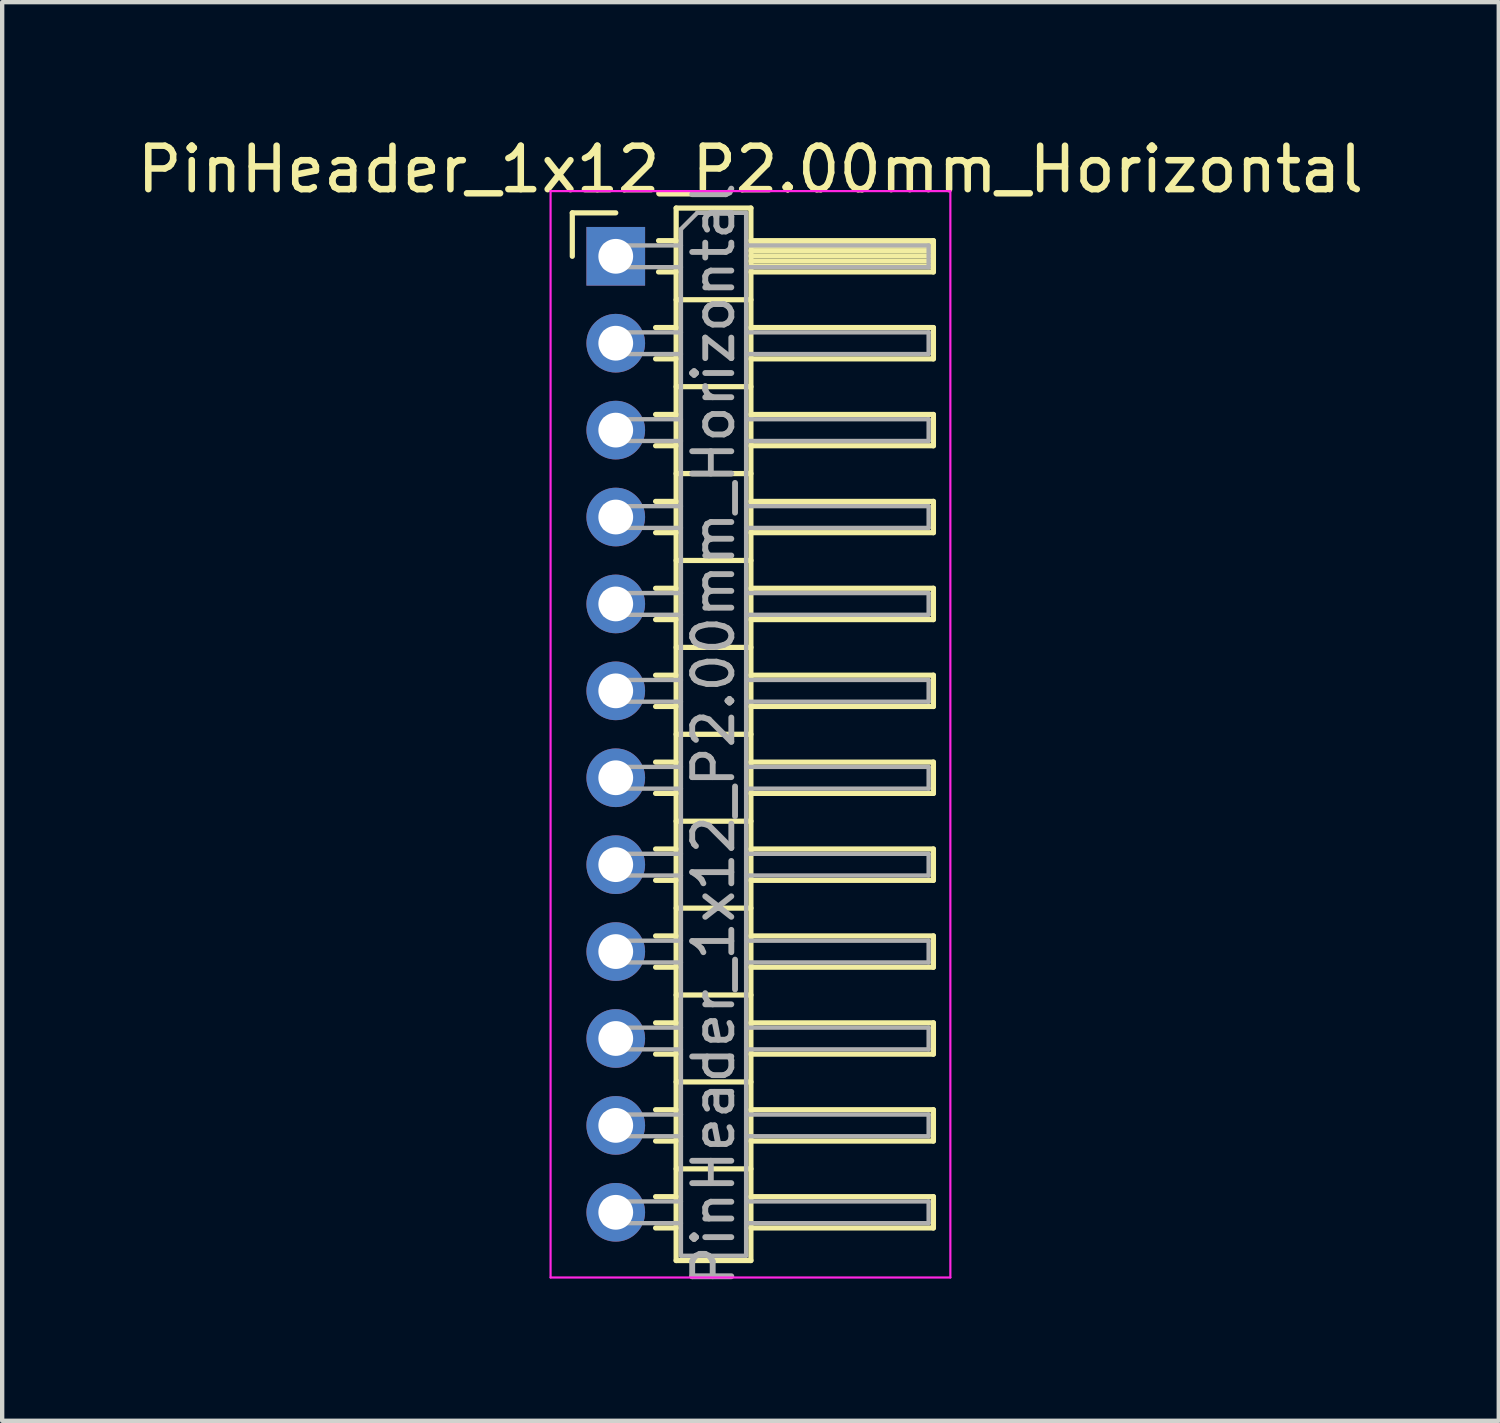
<source format=kicad_pcb>
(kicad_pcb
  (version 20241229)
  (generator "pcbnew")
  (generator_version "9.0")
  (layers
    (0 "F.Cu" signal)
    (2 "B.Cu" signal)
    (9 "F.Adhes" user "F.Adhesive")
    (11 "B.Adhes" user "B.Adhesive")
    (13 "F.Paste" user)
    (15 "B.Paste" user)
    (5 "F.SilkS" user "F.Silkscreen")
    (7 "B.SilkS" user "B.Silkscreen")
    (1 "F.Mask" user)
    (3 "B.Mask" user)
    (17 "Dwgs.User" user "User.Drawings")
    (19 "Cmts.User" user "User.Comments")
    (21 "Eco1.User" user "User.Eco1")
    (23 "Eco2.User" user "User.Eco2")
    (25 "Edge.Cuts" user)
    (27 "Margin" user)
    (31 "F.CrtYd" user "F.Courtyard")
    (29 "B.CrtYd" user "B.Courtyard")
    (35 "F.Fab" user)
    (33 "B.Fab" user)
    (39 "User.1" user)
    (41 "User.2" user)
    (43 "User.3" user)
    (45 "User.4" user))
  (footprint "PinHeader_1x12_P2.00mm_Horizontal"
    (layer "F.Cu")
    (at 11.12 2.848)
    (property "Reference" "PinHeader_1x12_P2.00mm_Horizontal" (at 3.1 -2 0) (layer "F.SilkS") (effects (font (size 1 1) (thickness 0.15))))
    (attr through_hole)
    (fp_line (start -1 -1) (end 0 -1) (stroke (width 0.12) (type solid)) (layer "F.SilkS"))
    (fp_line (start -1 0) (end -1 -1) (stroke (width 0.12) (type solid)) (layer "F.SilkS"))
    (fp_line (start 0.917 1.64) (end 1.39 1.64) (stroke (width 0.12) (type solid)) (layer "F.SilkS"))
    (fp_line (start 0.917 2.36) (end 1.39 2.36) (stroke (width 0.12) (type solid)) (layer "F.SilkS"))
    (fp_line (start 0.917 3.64) (end 1.39 3.64) (stroke (width 0.12) (type solid)) (layer "F.SilkS"))
    (fp_line (start 0.917 4.36) (end 1.39 4.36) (stroke (width 0.12) (type solid)) (layer "F.SilkS"))
    (fp_line (start 0.917 5.64) (end 1.39 5.64) (stroke (width 0.12) (type solid)) (layer "F.SilkS"))
    (fp_line (start 0.917 6.36) (end 1.39 6.36) (stroke (width 0.12) (type solid)) (layer "F.SilkS"))
    (fp_line (start 0.917 7.64) (end 1.39 7.64) (stroke (width 0.12) (type solid)) (layer "F.SilkS"))
    (fp_line (start 0.917 8.36) (end 1.39 8.36) (stroke (width 0.12) (type solid)) (layer "F.SilkS"))
    (fp_line (start 0.917 9.64) (end 1.39 9.64) (stroke (width 0.12) (type solid)) (layer "F.SilkS"))
    (fp_line (start 0.917 10.36) (end 1.39 10.36) (stroke (width 0.12) (type solid)) (layer "F.SilkS"))
    (fp_line (start 0.917 11.64) (end 1.39 11.64) (stroke (width 0.12) (type solid)) (layer "F.SilkS"))
    (fp_line (start 0.917 12.36) (end 1.39 12.36) (stroke (width 0.12) (type solid)) (layer "F.SilkS"))
    (fp_line (start 0.917 13.64) (end 1.39 13.64) (stroke (width 0.12) (type solid)) (layer "F.SilkS"))
    (fp_line (start 0.917 14.36) (end 1.39 14.36) (stroke (width 0.12) (type solid)) (layer "F.SilkS"))
    (fp_line (start 0.917 15.64) (end 1.39 15.64) (stroke (width 0.12) (type solid)) (layer "F.SilkS"))
    (fp_line (start 0.917 16.36) (end 1.39 16.36) (stroke (width 0.12) (type solid)) (layer "F.SilkS"))
    (fp_line (start 0.917 17.64) (end 1.39 17.64) (stroke (width 0.12) (type solid)) (layer "F.SilkS"))
    (fp_line (start 0.917 18.36) (end 1.39 18.36) (stroke (width 0.12) (type solid)) (layer "F.SilkS"))
    (fp_line (start 0.917 19.64) (end 1.39 19.64) (stroke (width 0.12) (type solid)) (layer "F.SilkS"))
    (fp_line (start 0.917 20.36) (end 1.39 20.36) (stroke (width 0.12) (type solid)) (layer "F.SilkS"))
    (fp_line (start 0.917 21.64) (end 1.39 21.64) (stroke (width 0.12) (type solid)) (layer "F.SilkS"))
    (fp_line (start 0.917 22.36) (end 1.39 22.36) (stroke (width 0.12) (type solid)) (layer "F.SilkS"))
    (fp_line (start 0.985 -0.36) (end 1.39 -0.36) (stroke (width 0.12) (type solid)) (layer "F.SilkS"))
    (fp_line (start 0.985 0.36) (end 1.39 0.36) (stroke (width 0.12) (type solid)) (layer "F.SilkS"))
    (fp_line (start 1.39 -1.11) (end 1.39 23.11) (stroke (width 0.12) (type solid)) (layer "F.SilkS"))
    (fp_line (start 1.39 1) (end 3.11 1) (stroke (width 0.12) (type solid)) (layer "F.SilkS"))
    (fp_line (start 1.39 3) (end 3.11 3) (stroke (width 0.12) (type solid)) (layer "F.SilkS"))
    (fp_line (start 1.39 5) (end 3.11 5) (stroke (width 0.12) (type solid)) (layer "F.SilkS"))
    (fp_line (start 1.39 7) (end 3.11 7) (stroke (width 0.12) (type solid)) (layer "F.SilkS"))
    (fp_line (start 1.39 9) (end 3.11 9) (stroke (width 0.12) (type solid)) (layer "F.SilkS"))
    (fp_line (start 1.39 11) (end 3.11 11) (stroke (width 0.12) (type solid)) (layer "F.SilkS"))
    (fp_line (start 1.39 13) (end 3.11 13) (stroke (width 0.12) (type solid)) (layer "F.SilkS"))
    (fp_line (start 1.39 15) (end 3.11 15) (stroke (width 0.12) (type solid)) (layer "F.SilkS"))
    (fp_line (start 1.39 17) (end 3.11 17) (stroke (width 0.12) (type solid)) (layer "F.SilkS"))
    (fp_line (start 1.39 19) (end 3.11 19) (stroke (width 0.12) (type solid)) (layer "F.SilkS"))
    (fp_line (start 1.39 21) (end 3.11 21) (stroke (width 0.12) (type solid)) (layer "F.SilkS"))
    (fp_line (start 1.39 23.11) (end 3.11 23.11) (stroke (width 0.12) (type solid)) (layer "F.SilkS"))
    (fp_line (start 3.11 -1.11) (end 1.39 -1.11) (stroke (width 0.12) (type solid)) (layer "F.SilkS"))
    (fp_line (start 3.11 -0.36) (end 7.31 -0.36) (stroke (width 0.12) (type solid)) (layer "F.SilkS"))
    (fp_line (start 3.11 -0.25) (end 7.31 -0.25) (stroke (width 0.12) (type solid)) (layer "F.SilkS"))
    (fp_line (start 3.11 -0.13) (end 7.31 -0.13) (stroke (width 0.12) (type solid)) (layer "F.SilkS"))
    (fp_line (start 3.11 -0.01) (end 7.31 -0.01) (stroke (width 0.12) (type solid)) (layer "F.SilkS"))
    (fp_line (start 3.11 0.11) (end 7.31 0.11) (stroke (width 0.12) (type solid)) (layer "F.SilkS"))
    (fp_line (start 3.11 0.23) (end 7.31 0.23) (stroke (width 0.12) (type solid)) (layer "F.SilkS"))
    (fp_line (start 3.11 1.64) (end 7.31 1.64) (stroke (width 0.12) (type solid)) (layer "F.SilkS"))
    (fp_line (start 3.11 3.64) (end 7.31 3.64) (stroke (width 0.12) (type solid)) (layer "F.SilkS"))
    (fp_line (start 3.11 5.64) (end 7.31 5.64) (stroke (width 0.12) (type solid)) (layer "F.SilkS"))
    (fp_line (start 3.11 7.64) (end 7.31 7.64) (stroke (width 0.12) (type solid)) (layer "F.SilkS"))
    (fp_line (start 3.11 9.64) (end 7.31 9.64) (stroke (width 0.12) (type solid)) (layer "F.SilkS"))
    (fp_line (start 3.11 11.64) (end 7.31 11.64) (stroke (width 0.12) (type solid)) (layer "F.SilkS"))
    (fp_line (start 3.11 13.64) (end 7.31 13.64) (stroke (width 0.12) (type solid)) (layer "F.SilkS"))
    (fp_line (start 3.11 15.64) (end 7.31 15.64) (stroke (width 0.12) (type solid)) (layer "F.SilkS"))
    (fp_line (start 3.11 17.64) (end 7.31 17.64) (stroke (width 0.12) (type solid)) (layer "F.SilkS"))
    (fp_line (start 3.11 19.64) (end 7.31 19.64) (stroke (width 0.12) (type solid)) (layer "F.SilkS"))
    (fp_line (start 3.11 21.64) (end 7.31 21.64) (stroke (width 0.12) (type solid)) (layer "F.SilkS"))
    (fp_line (start 3.11 23.11) (end 3.11 -1.11) (stroke (width 0.12) (type solid)) (layer "F.SilkS"))
    (fp_line (start 7.31 -0.36) (end 7.31 0.36) (stroke (width 0.12) (type solid)) (layer "F.SilkS"))
    (fp_line (start 7.31 0.36) (end 3.11 0.36) (stroke (width 0.12) (type solid)) (layer "F.SilkS"))
    (fp_line (start 7.31 1.64) (end 7.31 2.36) (stroke (width 0.12) (type solid)) (layer "F.SilkS"))
    (fp_line (start 7.31 2.36) (end 3.11 2.36) (stroke (width 0.12) (type solid)) (layer "F.SilkS"))
    (fp_line (start 7.31 3.64) (end 7.31 4.36) (stroke (width 0.12) (type solid)) (layer "F.SilkS"))
    (fp_line (start 7.31 4.36) (end 3.11 4.36) (stroke (width 0.12) (type solid)) (layer "F.SilkS"))
    (fp_line (start 7.31 5.64) (end 7.31 6.36) (stroke (width 0.12) (type solid)) (layer "F.SilkS"))
    (fp_line (start 7.31 6.36) (end 3.11 6.36) (stroke (width 0.12) (type solid)) (layer "F.SilkS"))
    (fp_line (start 7.31 7.64) (end 7.31 8.36) (stroke (width 0.12) (type solid)) (layer "F.SilkS"))
    (fp_line (start 7.31 8.36) (end 3.11 8.36) (stroke (width 0.12) (type solid)) (layer "F.SilkS"))
    (fp_line (start 7.31 9.64) (end 7.31 10.36) (stroke (width 0.12) (type solid)) (layer "F.SilkS"))
    (fp_line (start 7.31 10.36) (end 3.11 10.36) (stroke (width 0.12) (type solid)) (layer "F.SilkS"))
    (fp_line (start 7.31 11.64) (end 7.31 12.36) (stroke (width 0.12) (type solid)) (layer "F.SilkS"))
    (fp_line (start 7.31 12.36) (end 3.11 12.36) (stroke (width 0.12) (type solid)) (layer "F.SilkS"))
    (fp_line (start 7.31 13.64) (end 7.31 14.36) (stroke (width 0.12) (type solid)) (layer "F.SilkS"))
    (fp_line (start 7.31 14.36) (end 3.11 14.36) (stroke (width 0.12) (type solid)) (layer "F.SilkS"))
    (fp_line (start 7.31 15.64) (end 7.31 16.36) (stroke (width 0.12) (type solid)) (layer "F.SilkS"))
    (fp_line (start 7.31 16.36) (end 3.11 16.36) (stroke (width 0.12) (type solid)) (layer "F.SilkS"))
    (fp_line (start 7.31 17.64) (end 7.31 18.36) (stroke (width 0.12) (type solid)) (layer "F.SilkS"))
    (fp_line (start 7.31 18.36) (end 3.11 18.36) (stroke (width 0.12) (type solid)) (layer "F.SilkS"))
    (fp_line (start 7.31 19.64) (end 7.31 20.36) (stroke (width 0.12) (type solid)) (layer "F.SilkS"))
    (fp_line (start 7.31 20.36) (end 3.11 20.36) (stroke (width 0.12) (type solid)) (layer "F.SilkS"))
    (fp_line (start 7.31 21.64) (end 7.31 22.36) (stroke (width 0.12) (type solid)) (layer "F.SilkS"))
    (fp_line (start 7.31 22.36) (end 3.11 22.36) (stroke (width 0.12) (type solid)) (layer "F.SilkS"))
    (fp_line (start -1.5 -1.5) (end -1.5 23.5) (stroke (width 0.05) (type solid)) (layer "F.CrtYd"))
    (fp_line (start -1.5 23.5) (end 7.7 23.5) (stroke (width 0.05) (type solid)) (layer "F.CrtYd"))
    (fp_line (start 7.7 -1.5) (end -1.5 -1.5) (stroke (width 0.05) (type solid)) (layer "F.CrtYd"))
    (fp_line (start 7.7 23.5) (end 7.7 -1.5) (stroke (width 0.05) (type solid)) (layer "F.CrtYd"))
    (fp_line (start -0.25 -0.25) (end -0.25 0.25) (stroke (width 0.1) (type solid)) (layer "F.Fab"))
    (fp_line (start -0.25 -0.25) (end 1.5 -0.25) (stroke (width 0.1) (type solid)) (layer "F.Fab"))
    (fp_line (start -0.25 0.25) (end 1.5 0.25) (stroke (width 0.1) (type solid)) (layer "F.Fab"))
    (fp_line (start -0.25 1.75) (end -0.25 2.25) (stroke (width 0.1) (type solid)) (layer "F.Fab"))
    (fp_line (start -0.25 1.75) (end 1.5 1.75) (stroke (width 0.1) (type solid)) (layer "F.Fab"))
    (fp_line (start -0.25 2.25) (end 1.5 2.25) (stroke (width 0.1) (type solid)) (layer "F.Fab"))
    (fp_line (start -0.25 3.75) (end -0.25 4.25) (stroke (width 0.1) (type solid)) (layer "F.Fab"))
    (fp_line (start -0.25 3.75) (end 1.5 3.75) (stroke (width 0.1) (type solid)) (layer "F.Fab"))
    (fp_line (start -0.25 4.25) (end 1.5 4.25) (stroke (width 0.1) (type solid)) (layer "F.Fab"))
    (fp_line (start -0.25 5.75) (end -0.25 6.25) (stroke (width 0.1) (type solid)) (layer "F.Fab"))
    (fp_line (start -0.25 5.75) (end 1.5 5.75) (stroke (width 0.1) (type solid)) (layer "F.Fab"))
    (fp_line (start -0.25 6.25) (end 1.5 6.25) (stroke (width 0.1) (type solid)) (layer "F.Fab"))
    (fp_line (start -0.25 7.75) (end -0.25 8.25) (stroke (width 0.1) (type solid)) (layer "F.Fab"))
    (fp_line (start -0.25 7.75) (end 1.5 7.75) (stroke (width 0.1) (type solid)) (layer "F.Fab"))
    (fp_line (start -0.25 8.25) (end 1.5 8.25) (stroke (width 0.1) (type solid)) (layer "F.Fab"))
    (fp_line (start -0.25 9.75) (end -0.25 10.25) (stroke (width 0.1) (type solid)) (layer "F.Fab"))
    (fp_line (start -0.25 9.75) (end 1.5 9.75) (stroke (width 0.1) (type solid)) (layer "F.Fab"))
    (fp_line (start -0.25 10.25) (end 1.5 10.25) (stroke (width 0.1) (type solid)) (layer "F.Fab"))
    (fp_line (start -0.25 11.75) (end -0.25 12.25) (stroke (width 0.1) (type solid)) (layer "F.Fab"))
    (fp_line (start -0.25 11.75) (end 1.5 11.75) (stroke (width 0.1) (type solid)) (layer "F.Fab"))
    (fp_line (start -0.25 12.25) (end 1.5 12.25) (stroke (width 0.1) (type solid)) (layer "F.Fab"))
    (fp_line (start -0.25 13.75) (end -0.25 14.25) (stroke (width 0.1) (type solid)) (layer "F.Fab"))
    (fp_line (start -0.25 13.75) (end 1.5 13.75) (stroke (width 0.1) (type solid)) (layer "F.Fab"))
    (fp_line (start -0.25 14.25) (end 1.5 14.25) (stroke (width 0.1) (type solid)) (layer "F.Fab"))
    (fp_line (start -0.25 15.75) (end -0.25 16.25) (stroke (width 0.1) (type solid)) (layer "F.Fab"))
    (fp_line (start -0.25 15.75) (end 1.5 15.75) (stroke (width 0.1) (type solid)) (layer "F.Fab"))
    (fp_line (start -0.25 16.25) (end 1.5 16.25) (stroke (width 0.1) (type solid)) (layer "F.Fab"))
    (fp_line (start -0.25 17.75) (end -0.25 18.25) (stroke (width 0.1) (type solid)) (layer "F.Fab"))
    (fp_line (start -0.25 17.75) (end 1.5 17.75) (stroke (width 0.1) (type solid)) (layer "F.Fab"))
    (fp_line (start -0.25 18.25) (end 1.5 18.25) (stroke (width 0.1) (type solid)) (layer "F.Fab"))
    (fp_line (start -0.25 19.75) (end -0.25 20.25) (stroke (width 0.1) (type solid)) (layer "F.Fab"))
    (fp_line (start -0.25 19.75) (end 1.5 19.75) (stroke (width 0.1) (type solid)) (layer "F.Fab"))
    (fp_line (start -0.25 20.25) (end 1.5 20.25) (stroke (width 0.1) (type solid)) (layer "F.Fab"))
    (fp_line (start -0.25 21.75) (end -0.25 22.25) (stroke (width 0.1) (type solid)) (layer "F.Fab"))
    (fp_line (start -0.25 21.75) (end 1.5 21.75) (stroke (width 0.1) (type solid)) (layer "F.Fab"))
    (fp_line (start -0.25 22.25) (end 1.5 22.25) (stroke (width 0.1) (type solid)) (layer "F.Fab"))
    (fp_line (start 1.5 -0.625) (end 1.875 -1) (stroke (width 0.1) (type solid)) (layer "F.Fab"))
    (fp_line (start 1.5 23) (end 1.5 -0.625) (stroke (width 0.1) (type solid)) (layer "F.Fab"))
    (fp_line (start 1.875 -1) (end 3 -1) (stroke (width 0.1) (type solid)) (layer "F.Fab"))
    (fp_line (start 3 -1) (end 3 23) (stroke (width 0.1) (type solid)) (layer "F.Fab"))
    (fp_line (start 3 -0.25) (end 7.2 -0.25) (stroke (width 0.1) (type solid)) (layer "F.Fab"))
    (fp_line (start 3 0.25) (end 7.2 0.25) (stroke (width 0.1) (type solid)) (layer "F.Fab"))
    (fp_line (start 3 1.75) (end 7.2 1.75) (stroke (width 0.1) (type solid)) (layer "F.Fab"))
    (fp_line (start 3 2.25) (end 7.2 2.25) (stroke (width 0.1) (type solid)) (layer "F.Fab"))
    (fp_line (start 3 3.75) (end 7.2 3.75) (stroke (width 0.1) (type solid)) (layer "F.Fab"))
    (fp_line (start 3 4.25) (end 7.2 4.25) (stroke (width 0.1) (type solid)) (layer "F.Fab"))
    (fp_line (start 3 5.75) (end 7.2 5.75) (stroke (width 0.1) (type solid)) (layer "F.Fab"))
    (fp_line (start 3 6.25) (end 7.2 6.25) (stroke (width 0.1) (type solid)) (layer "F.Fab"))
    (fp_line (start 3 7.75) (end 7.2 7.75) (stroke (width 0.1) (type solid)) (layer "F.Fab"))
    (fp_line (start 3 8.25) (end 7.2 8.25) (stroke (width 0.1) (type solid)) (layer "F.Fab"))
    (fp_line (start 3 9.75) (end 7.2 9.75) (stroke (width 0.1) (type solid)) (layer "F.Fab"))
    (fp_line (start 3 10.25) (end 7.2 10.25) (stroke (width 0.1) (type solid)) (layer "F.Fab"))
    (fp_line (start 3 11.75) (end 7.2 11.75) (stroke (width 0.1) (type solid)) (layer "F.Fab"))
    (fp_line (start 3 12.25) (end 7.2 12.25) (stroke (width 0.1) (type solid)) (layer "F.Fab"))
    (fp_line (start 3 13.75) (end 7.2 13.75) (stroke (width 0.1) (type solid)) (layer "F.Fab"))
    (fp_line (start 3 14.25) (end 7.2 14.25) (stroke (width 0.1) (type solid)) (layer "F.Fab"))
    (fp_line (start 3 15.75) (end 7.2 15.75) (stroke (width 0.1) (type solid)) (layer "F.Fab"))
    (fp_line (start 3 16.25) (end 7.2 16.25) (stroke (width 0.1) (type solid)) (layer "F.Fab"))
    (fp_line (start 3 17.75) (end 7.2 17.75) (stroke (width 0.1) (type solid)) (layer "F.Fab"))
    (fp_line (start 3 18.25) (end 7.2 18.25) (stroke (width 0.1) (type solid)) (layer "F.Fab"))
    (fp_line (start 3 19.75) (end 7.2 19.75) (stroke (width 0.1) (type solid)) (layer "F.Fab"))
    (fp_line (start 3 20.25) (end 7.2 20.25) (stroke (width 0.1) (type solid)) (layer "F.Fab"))
    (fp_line (start 3 21.75) (end 7.2 21.75) (stroke (width 0.1) (type solid)) (layer "F.Fab"))
    (fp_line (start 3 22.25) (end 7.2 22.25) (stroke (width 0.1) (type solid)) (layer "F.Fab"))
    (fp_line (start 3 23) (end 1.5 23) (stroke (width 0.1) (type solid)) (layer "F.Fab"))
    (fp_line (start 7.2 -0.25) (end 7.2 0.25) (stroke (width 0.1) (type solid)) (layer "F.Fab"))
    (fp_line (start 7.2 1.75) (end 7.2 2.25) (stroke (width 0.1) (type solid)) (layer "F.Fab"))
    (fp_line (start 7.2 3.75) (end 7.2 4.25) (stroke (width 0.1) (type solid)) (layer "F.Fab"))
    (fp_line (start 7.2 5.75) (end 7.2 6.25) (stroke (width 0.1) (type solid)) (layer "F.Fab"))
    (fp_line (start 7.2 7.75) (end 7.2 8.25) (stroke (width 0.1) (type solid)) (layer "F.Fab"))
    (fp_line (start 7.2 9.75) (end 7.2 10.25) (stroke (width 0.1) (type solid)) (layer "F.Fab"))
    (fp_line (start 7.2 11.75) (end 7.2 12.25) (stroke (width 0.1) (type solid)) (layer "F.Fab"))
    (fp_line (start 7.2 13.75) (end 7.2 14.25) (stroke (width 0.1) (type solid)) (layer "F.Fab"))
    (fp_line (start 7.2 15.75) (end 7.2 16.25) (stroke (width 0.1) (type solid)) (layer "F.Fab"))
    (fp_line (start 7.2 17.75) (end 7.2 18.25) (stroke (width 0.1) (type solid)) (layer "F.Fab"))
    (fp_line (start 7.2 19.75) (end 7.2 20.25) (stroke (width 0.1) (type solid)) (layer "F.Fab"))
    (fp_line (start 7.2 21.75) (end 7.2 22.25) (stroke (width 0.1) (type solid)) (layer "F.Fab"))
    (fp_text user "${REFERENCE}" (at 2.25 11 90) (layer "F.Fab") (effects (font (size 0.9 0.9) (thickness 0.135))))
    (pad "1" thru_hole rect (at 0 0) (size 1.35 1.35) (drill 0.8) (layers "*.Cu" "*.Mask"))
    (pad "2" thru_hole circle (at 0 2) (size 1.35 1.35) (drill 0.8) (layers "*.Cu" "*.Mask"))
    (pad "3" thru_hole circle (at 0 4) (size 1.35 1.35) (drill 0.8) (layers "*.Cu" "*.Mask"))
    (pad "4" thru_hole circle (at 0 6) (size 1.35 1.35) (drill 0.8) (layers "*.Cu" "*.Mask"))
    (pad "5" thru_hole circle (at 0 8) (size 1.35 1.35) (drill 0.8) (layers "*.Cu" "*.Mask"))
    (pad "6" thru_hole circle (at 0 10) (size 1.35 1.35) (drill 0.8) (layers "*.Cu" "*.Mask"))
    (pad "7" thru_hole circle (at 0 12) (size 1.35 1.35) (drill 0.8) (layers "*.Cu" "*.Mask"))
    (pad "8" thru_hole circle (at 0 14) (size 1.35 1.35) (drill 0.8) (layers "*.Cu" "*.Mask"))
    (pad "9" thru_hole circle (at 0 16) (size 1.35 1.35) (drill 0.8) (layers "*.Cu" "*.Mask"))
    (pad "10" thru_hole circle (at 0 18) (size 1.35 1.35) (drill 0.8) (layers "*.Cu" "*.Mask"))
    (pad "11" thru_hole circle (at 0 20) (size 1.35 1.35) (drill 0.8) (layers "*.Cu" "*.Mask"))
    (pad "12" thru_hole circle (at 0 22) (size 1.35 1.35) (drill 0.8) (layers "*.Cu" "*.Mask")))
  (gr_rect
    (start -3 -3)
    (end 31.44 29.646)
    (stroke (width 0.1) (type default))
    (fill no)
    (layer "Edge.Cuts")))
</source>
